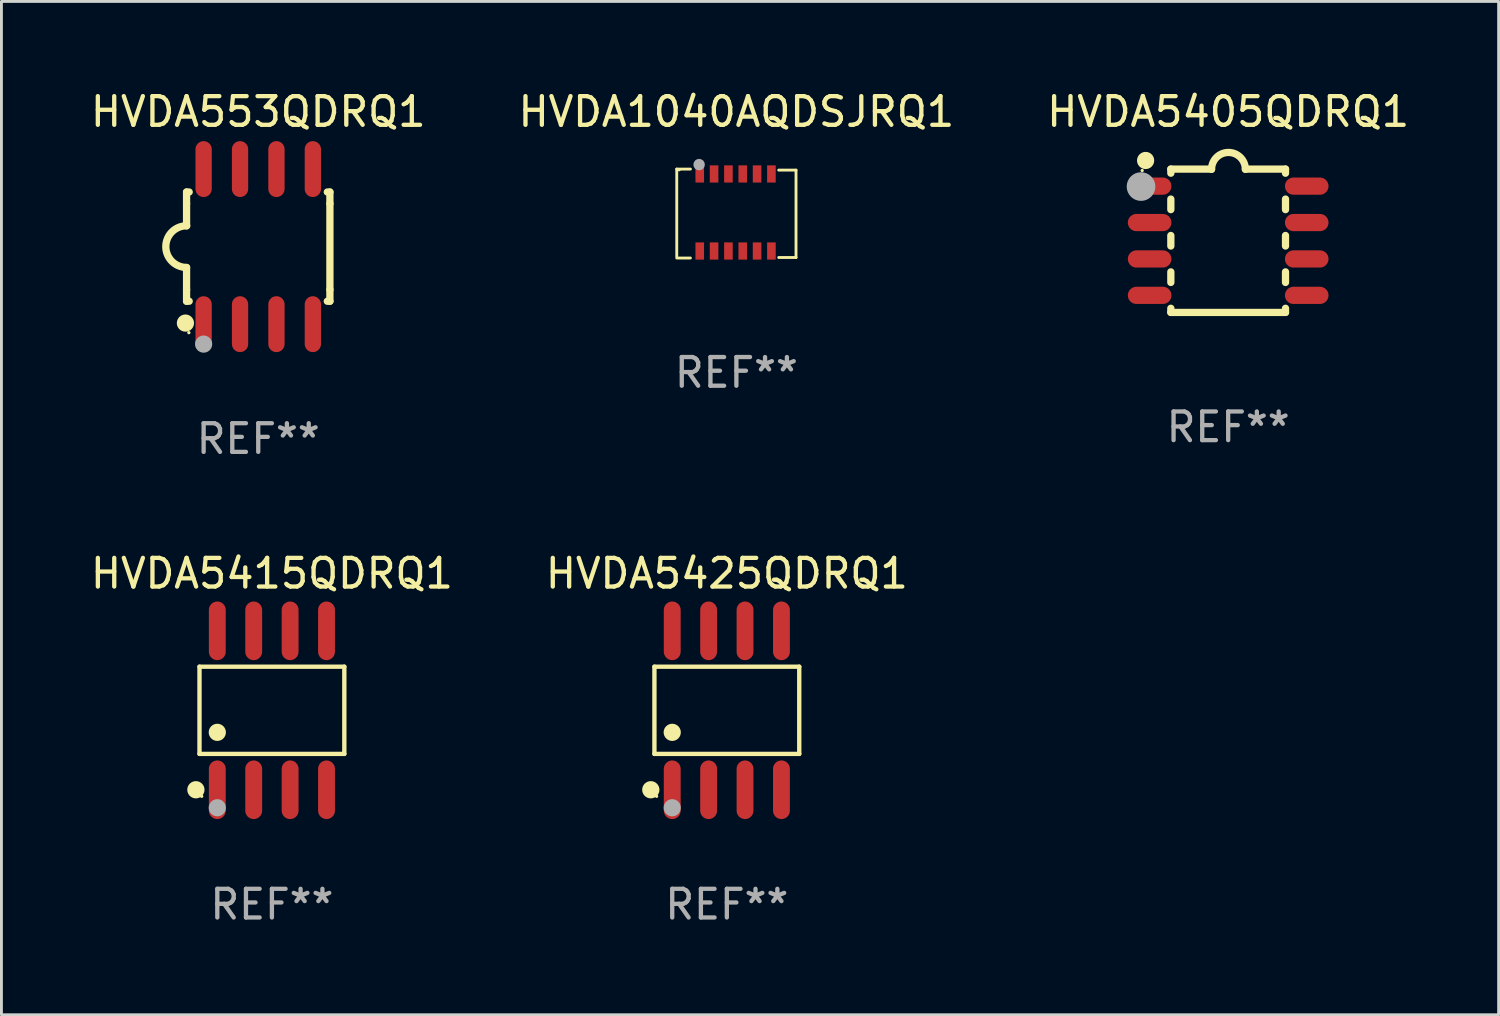
<source format=kicad_pcb>
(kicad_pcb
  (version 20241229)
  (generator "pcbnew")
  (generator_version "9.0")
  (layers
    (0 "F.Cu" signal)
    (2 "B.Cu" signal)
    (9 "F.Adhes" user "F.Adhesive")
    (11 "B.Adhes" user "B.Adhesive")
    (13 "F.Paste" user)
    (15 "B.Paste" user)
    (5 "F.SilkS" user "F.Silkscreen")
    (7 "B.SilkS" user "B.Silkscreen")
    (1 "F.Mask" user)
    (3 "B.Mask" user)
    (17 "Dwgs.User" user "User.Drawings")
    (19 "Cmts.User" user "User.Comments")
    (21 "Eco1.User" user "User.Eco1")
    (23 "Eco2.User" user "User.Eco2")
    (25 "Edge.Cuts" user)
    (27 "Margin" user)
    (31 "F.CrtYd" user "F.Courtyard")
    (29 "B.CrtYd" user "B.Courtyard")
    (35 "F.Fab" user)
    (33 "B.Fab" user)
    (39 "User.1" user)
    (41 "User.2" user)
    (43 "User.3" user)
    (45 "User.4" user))
  (footprint "HVDA1040AQDSJRQ1"
    (layer "F.Cu")
    (at 22.637 4.399)
    (property "Reference" "HVDA1040AQDSJRQ1" (at 0 -3.551 0) (layer "F.SilkS") (effects (font (size 1 1) (thickness 0.15))))
    (attr through_hole)
    (fp_line (start -2.08 -1.551) (end -1.603 -1.551) (stroke (width 0.1) (type solid)) (layer "F.SilkS"))
    (fp_line (start -2.08 1.497) (end -2.08 -1.551) (stroke (width 0.1) (type solid)) (layer "F.SilkS"))
    (fp_line (start -1.603 1.551) (end -2.08 1.551) (stroke (width 0.1) (type solid)) (layer "F.SilkS"))
    (fp_line (start 1.476 -1.515) (end 2.08 -1.515) (stroke (width 0.1) (type solid)) (layer "F.SilkS"))
    (fp_line (start 2.08 -1.515) (end 2.08 1.533) (stroke (width 0.1) (type solid)) (layer "F.SilkS"))
    (fp_line (start 2.08 1.533) (end 1.476 1.533) (stroke (width 0.1) (type solid)) (layer "F.SilkS"))
    (fp_circle (center -1.997 -1.53) (end -1.967 -1.53) (stroke (width 0.06) (type solid)) (fill no) (layer "F.SilkS"))
    (fp_circle (center -1.3 -1.707) (end -1.2 -1.707) (stroke (width 0.2) (type solid)) (fill no) (layer "F.Fab"))
    (fp_text user "REF**" (at 0 5.551 0) (layer "F.Fab") (effects (font (size 1 1) (thickness 0.15))))
    (pad "1" smd rect (at -1.278 -1.381 90) (size 0.6 0.3) (layers "F.Cu" "F.Mask" "F.Paste"))
    (pad "2" smd rect (at -0.778 -1.381 90) (size 0.6 0.3) (layers "F.Cu" "F.Mask" "F.Paste"))
    (pad "3" smd rect (at -0.278 -1.381 90) (size 0.6 0.3) (layers "F.Cu" "F.Mask" "F.Paste"))
    (pad "4" smd rect (at 0.222 -1.381 90) (size 0.6 0.3) (layers "F.Cu" "F.Mask" "F.Paste"))
    (pad "5" smd rect (at 0.722 -1.381 90) (size 0.6 0.3) (layers "F.Cu" "F.Mask" "F.Paste"))
    (pad "6" smd rect (at 1.222 -1.381 90) (size 0.6 0.3) (layers "F.Cu" "F.Mask" "F.Paste"))
    (pad "7" smd rect (at 1.222 1.307 90) (size 0.6 0.3) (layers "F.Cu" "F.Mask" "F.Paste"))
    (pad "8" smd rect (at 0.722 1.307 90) (size 0.6 0.3) (layers "F.Cu" "F.Mask" "F.Paste"))
    (pad "9" smd rect (at 0.222 1.307 90) (size 0.6 0.3) (layers "F.Cu" "F.Mask" "F.Paste"))
    (pad "10" smd rect (at -0.278 1.307 90) (size 0.6 0.3) (layers "F.Cu" "F.Mask" "F.Paste"))
    (pad "11" smd rect (at -0.778 1.307 90) (size 0.6 0.3) (layers "F.Cu" "F.Mask" "F.Paste"))
    (pad "12" smd rect (at -1.278 1.307 90) (size 0.6 0.3) (layers "F.Cu" "F.Mask" "F.Paste")))
  (footprint "HVDA5405QDRQ1"
    (layer "F.Cu")
    (at 39.792 5.348)
    (property "Reference" "HVDA5405QDRQ1" (at 0 -4.5 0) (layer "F.SilkS") (effects (font (size 1 1) (thickness 0.15))))
    (attr through_hole)
    (fp_line (start -2 -2.5) (end -2 -2.356) (stroke (width 0.254) (type solid)) (layer "F.SilkS"))
    (fp_line (start -2 -1.454) (end -2 -1.086) (stroke (width 0.254) (type solid)) (layer "F.SilkS"))
    (fp_line (start -2 -0.184) (end -2 0.184) (stroke (width 0.254) (type solid)) (layer "F.SilkS"))
    (fp_line (start -2 1.086) (end -2 1.454) (stroke (width 0.254) (type solid)) (layer "F.SilkS"))
    (fp_line (start -2 2.356) (end -2 2.5) (stroke (width 0.254) (type solid)) (layer "F.SilkS"))
    (fp_line (start -0.58 -2.5) (end -2 -2.5) (stroke (width 0.254) (type solid)) (layer "F.SilkS"))
    (fp_line (start 2 -2.5) (end 0.6 -2.5) (stroke (width 0.254) (type solid)) (layer "F.SilkS"))
    (fp_line (start 2 -2.5) (end 2 -2.356) (stroke (width 0.254) (type solid)) (layer "F.SilkS"))
    (fp_line (start 2 -1.454) (end 2 -1.086) (stroke (width 0.254) (type solid)) (layer "F.SilkS"))
    (fp_line (start 2 -0.184) (end 2 0.184) (stroke (width 0.254) (type solid)) (layer "F.SilkS"))
    (fp_line (start 2 1.086) (end 2 1.454) (stroke (width 0.254) (type solid)) (layer "F.SilkS"))
    (fp_line (start 2 2.356) (end 2 2.5) (stroke (width 0.254) (type solid)) (layer "F.SilkS"))
    (fp_line (start 2 2.5) (end -2 2.5) (stroke (width 0.254) (type solid)) (layer "F.SilkS"))
    (fp_arc (start -0.579908 -2.489992) (mid 0.010097 -3.07831) (end 0.600102 -2.489992) (stroke (width 0.254001) (type solid)) (layer "F.SilkS"))
    (fp_circle (center -3 -2.45) (end -2.97 -2.45) (stroke (width 0.06) (type solid)) (fill no) (layer "F.SilkS"))
    (fp_circle (center -2.88 -2.8) (end -2.73 -2.8) (stroke (width 0.3) (type solid)) (fill no) (layer "F.SilkS"))
    (fp_circle (center -3.04 -1.89) (end -2.79 -1.89) (stroke (width 0.5) (type solid)) (fill no) (layer "F.Fab"))
    (fp_text user "REF**" (at 0 6.5 0) (layer "F.Fab") (effects (font (size 1 1) (thickness 0.15))))
    (pad "1" smd oval (at -2.74 -1.905 90) (size 0.6 1.52) (layers "F.Cu" "F.Mask" "F.Paste"))
    (pad "2" smd oval (at -2.74 -0.635 90) (size 0.6 1.52) (layers "F.Cu" "F.Mask" "F.Paste"))
    (pad "3" smd oval (at -2.74 0.635 90) (size 0.6 1.52) (layers "F.Cu" "F.Mask" "F.Paste"))
    (pad "4" smd oval (at -2.74 1.905 90) (size 0.6 1.52) (layers "F.Cu" "F.Mask" "F.Paste"))
    (pad "5" smd oval (at 2.74 1.905 90) (size 0.6 1.52) (layers "F.Cu" "F.Mask" "F.Paste"))
    (pad "6" smd oval (at 2.74 0.635 90) (size 0.6 1.52) (layers "F.Cu" "F.Mask" "F.Paste"))
    (pad "7" smd oval (at 2.74 -0.635 90) (size 0.6 1.52) (layers "F.Cu" "F.Mask" "F.Paste"))
    (pad "8" smd oval (at 2.74 -1.905 90) (size 0.6 1.52) (layers "F.Cu" "F.Mask" "F.Paste")))
  (footprint "HVDA5425QDRQ1"
    (layer "F.Cu")
    (at 22.304 21.727)
    (property "Reference" "HVDA5425QDRQ1" (at 0 -4.772 0) (layer "F.SilkS") (effects (font (size 1 1) (thickness 0.15))))
    (attr through_hole)
    (fp_line (start -2.526 -1.521) (end 2.526 -1.521) (stroke (width 0.152) (type solid)) (layer "F.SilkS"))
    (fp_line (start -2.526 1.521) (end -2.526 -1.521) (stroke (width 0.152) (type solid)) (layer "F.SilkS"))
    (fp_line (start 2.526 -1.521) (end 2.526 1.521) (stroke (width 0.152) (type solid)) (layer "F.SilkS"))
    (fp_line (start 2.526 1.521) (end -2.526 1.521) (stroke (width 0.152) (type solid)) (layer "F.SilkS"))
    (fp_circle (center -2.652 2.772) (end -2.501 2.772) (stroke (width 0.3) (type solid)) (fill no) (layer "F.SilkS"))
    (fp_circle (center -2.45 3) (end -2.42 3) (stroke (width 0.06) (type solid)) (fill no) (layer "F.SilkS"))
    (fp_circle (center -1.905 0.769) (end -1.755 0.769) (stroke (width 0.3) (type solid)) (fill no) (layer "F.SilkS"))
    (fp_circle (center -1.905 3.4) (end -1.755 3.4) (stroke (width 0.3) (type solid)) (fill no) (layer "F.Fab"))
    (fp_text user "REF**" (at 0 6.772 0) (layer "F.Fab") (effects (font (size 1 1) (thickness 0.15))))
    (pad "1" smd oval (at -1.905 2.772) (size 0.588 2.045) (layers "F.Cu" "F.Mask" "F.Paste"))
    (pad "2" smd oval (at -0.635 2.772) (size 0.588 2.045) (layers "F.Cu" "F.Mask" "F.Paste"))
    (pad "3" smd oval (at 0.635 2.772) (size 0.588 2.045) (layers "F.Cu" "F.Mask" "F.Paste"))
    (pad "4" smd oval (at 1.905 2.772) (size 0.588 2.045) (layers "F.Cu" "F.Mask" "F.Paste"))
    (pad "5" smd oval (at 1.905 -2.772) (size 0.588 2.045) (layers "F.Cu" "F.Mask" "F.Paste"))
    (pad "6" smd oval (at 0.635 -2.772) (size 0.588 2.045) (layers "F.Cu" "F.Mask" "F.Paste"))
    (pad "7" smd oval (at -0.635 -2.772) (size 0.588 2.045) (layers "F.Cu" "F.Mask" "F.Paste"))
    (pad "8" smd oval (at -1.905 -2.772) (size 0.588 2.045) (layers "F.Cu" "F.Mask" "F.Paste")))
  (footprint "HVDA553QDRQ1"
    (layer "F.Cu")
    (at 5.958 5.553)
    (property "Reference" "HVDA553QDRQ1" (at 0 -4.705 0) (layer "F.SilkS") (effects (font (size 1 1) (thickness 0.15))))
    (attr through_hole)
    (fp_line (start -2.5 -1.905) (end -2.409 -1.905) (stroke (width 0.254) (type solid)) (layer "F.SilkS"))
    (fp_line (start -2.5 -1.5) (end -2.5 -1.905) (stroke (width 0.254) (type solid)) (layer "F.SilkS"))
    (fp_line (start -2.5 -1.5) (end -2.5 -0.726) (stroke (width 0.254) (type solid)) (layer "F.SilkS"))
    (fp_line (start -2.5 1.5) (end -2.5 0.727) (stroke (width 0.254) (type solid)) (layer "F.SilkS"))
    (fp_line (start -2.5 1.5) (end -2.5 1.905) (stroke (width 0.254) (type solid)) (layer "F.SilkS"))
    (fp_line (start -2.5 1.905) (end -2.409 1.905) (stroke (width 0.254) (type solid)) (layer "F.SilkS"))
    (fp_line (start 2.5 -1.905) (end 2.409 -1.905) (stroke (width 0.254) (type solid)) (layer "F.SilkS"))
    (fp_line (start 2.5 -1.5) (end 2.5 -1.905) (stroke (width 0.254) (type solid)) (layer "F.SilkS"))
    (fp_line (start 2.5 -1.5) (end 2.5 1.5) (stroke (width 0.254) (type solid)) (layer "F.SilkS"))
    (fp_line (start 2.5 1.5) (end 2.5 1.905) (stroke (width 0.254) (type solid)) (layer "F.SilkS"))
    (fp_line (start 2.5 1.905) (end 2.409 1.905) (stroke (width 0.254) (type solid)) (layer "F.SilkS"))
    (fp_arc (start -2.5 0.726568) (mid -3.220316 -0.0023) (end -2.495097 -0.726289) (stroke (width 0.254001) (type solid)) (layer "F.SilkS"))
    (fp_circle (center -2.54 2.667) (end -2.39 2.667) (stroke (width 0.3) (type solid)) (fill no) (layer "F.SilkS"))
    (fp_circle (center -2.42 3) (end -2.39 3) (stroke (width 0.06) (type solid)) (fill no) (layer "F.SilkS"))
    (fp_circle (center -1.905 3.4) (end -1.755 3.4) (stroke (width 0.3) (type solid)) (fill no) (layer "F.Fab"))
    (fp_text user "REF**" (at 0 6.705 0) (layer "F.Fab") (effects (font (size 1 1) (thickness 0.15))))
    (pad "1" smd oval (at -1.905 2.705) (size 0.568 1.95) (layers "F.Cu" "F.Mask" "F.Paste"))
    (pad "2" smd oval (at -0.635 2.705) (size 0.568 1.95) (layers "F.Cu" "F.Mask" "F.Paste"))
    (pad "3" smd oval (at 0.635 2.705) (size 0.568 1.95) (layers "F.Cu" "F.Mask" "F.Paste"))
    (pad "4" smd oval (at 1.905 2.705) (size 0.568 1.95) (layers "F.Cu" "F.Mask" "F.Paste"))
    (pad "5" smd oval (at 1.905 -2.705) (size 0.568 1.95) (layers "F.Cu" "F.Mask" "F.Paste"))
    (pad "6" smd oval (at 0.635 -2.705) (size 0.568 1.95) (layers "F.Cu" "F.Mask" "F.Paste"))
    (pad "7" smd oval (at -0.635 -2.705) (size 0.568 1.95) (layers "F.Cu" "F.Mask" "F.Paste"))
    (pad "8" smd oval (at -1.905 -2.705) (size 0.568 1.95) (layers "F.Cu" "F.Mask" "F.Paste")))
  (footprint "HVDA5415QDRQ1"
    (layer "F.Cu")
    (at 6.435 21.727)
    (property "Reference" "HVDA5415QDRQ1" (at 0 -4.772 0) (layer "F.SilkS") (effects (font (size 1 1) (thickness 0.15))))
    (attr through_hole)
    (fp_line (start -2.526 -1.521) (end 2.526 -1.521) (stroke (width 0.152) (type solid)) (layer "F.SilkS"))
    (fp_line (start -2.526 1.521) (end -2.526 -1.521) (stroke (width 0.152) (type solid)) (layer "F.SilkS"))
    (fp_line (start 2.526 -1.521) (end 2.526 1.521) (stroke (width 0.152) (type solid)) (layer "F.SilkS"))
    (fp_line (start 2.526 1.521) (end -2.526 1.521) (stroke (width 0.152) (type solid)) (layer "F.SilkS"))
    (fp_circle (center -2.652 2.772) (end -2.501 2.772) (stroke (width 0.3) (type solid)) (fill no) (layer "F.SilkS"))
    (fp_circle (center -2.45 3) (end -2.42 3) (stroke (width 0.06) (type solid)) (fill no) (layer "F.SilkS"))
    (fp_circle (center -1.905 0.769) (end -1.755 0.769) (stroke (width 0.3) (type solid)) (fill no) (layer "F.SilkS"))
    (fp_circle (center -1.905 3.4) (end -1.755 3.4) (stroke (width 0.3) (type solid)) (fill no) (layer "F.Fab"))
    (fp_text user "REF**" (at 0 6.772 0) (layer "F.Fab") (effects (font (size 1 1) (thickness 0.15))))
    (pad "1" smd oval (at -1.905 2.772) (size 0.588 2.045) (layers "F.Cu" "F.Mask" "F.Paste"))
    (pad "2" smd oval (at -0.635 2.772) (size 0.588 2.045) (layers "F.Cu" "F.Mask" "F.Paste"))
    (pad "3" smd oval (at 0.635 2.772) (size 0.588 2.045) (layers "F.Cu" "F.Mask" "F.Paste"))
    (pad "4" smd oval (at 1.905 2.772) (size 0.588 2.045) (layers "F.Cu" "F.Mask" "F.Paste"))
    (pad "5" smd oval (at 1.905 -2.772) (size 0.588 2.045) (layers "F.Cu" "F.Mask" "F.Paste"))
    (pad "6" smd oval (at 0.635 -2.772) (size 0.588 2.045) (layers "F.Cu" "F.Mask" "F.Paste"))
    (pad "7" smd oval (at -0.635 -2.772) (size 0.588 2.045) (layers "F.Cu" "F.Mask" "F.Paste"))
    (pad "8" smd oval (at -1.905 -2.772) (size 0.588 2.045) (layers "F.Cu" "F.Mask" "F.Paste")))
  (gr_rect
    (start -3 -3)
    (end 49.226 32.348)
    (stroke (width 0.1) (type default))
    (fill no)
    (layer "Edge.Cuts")))
</source>
